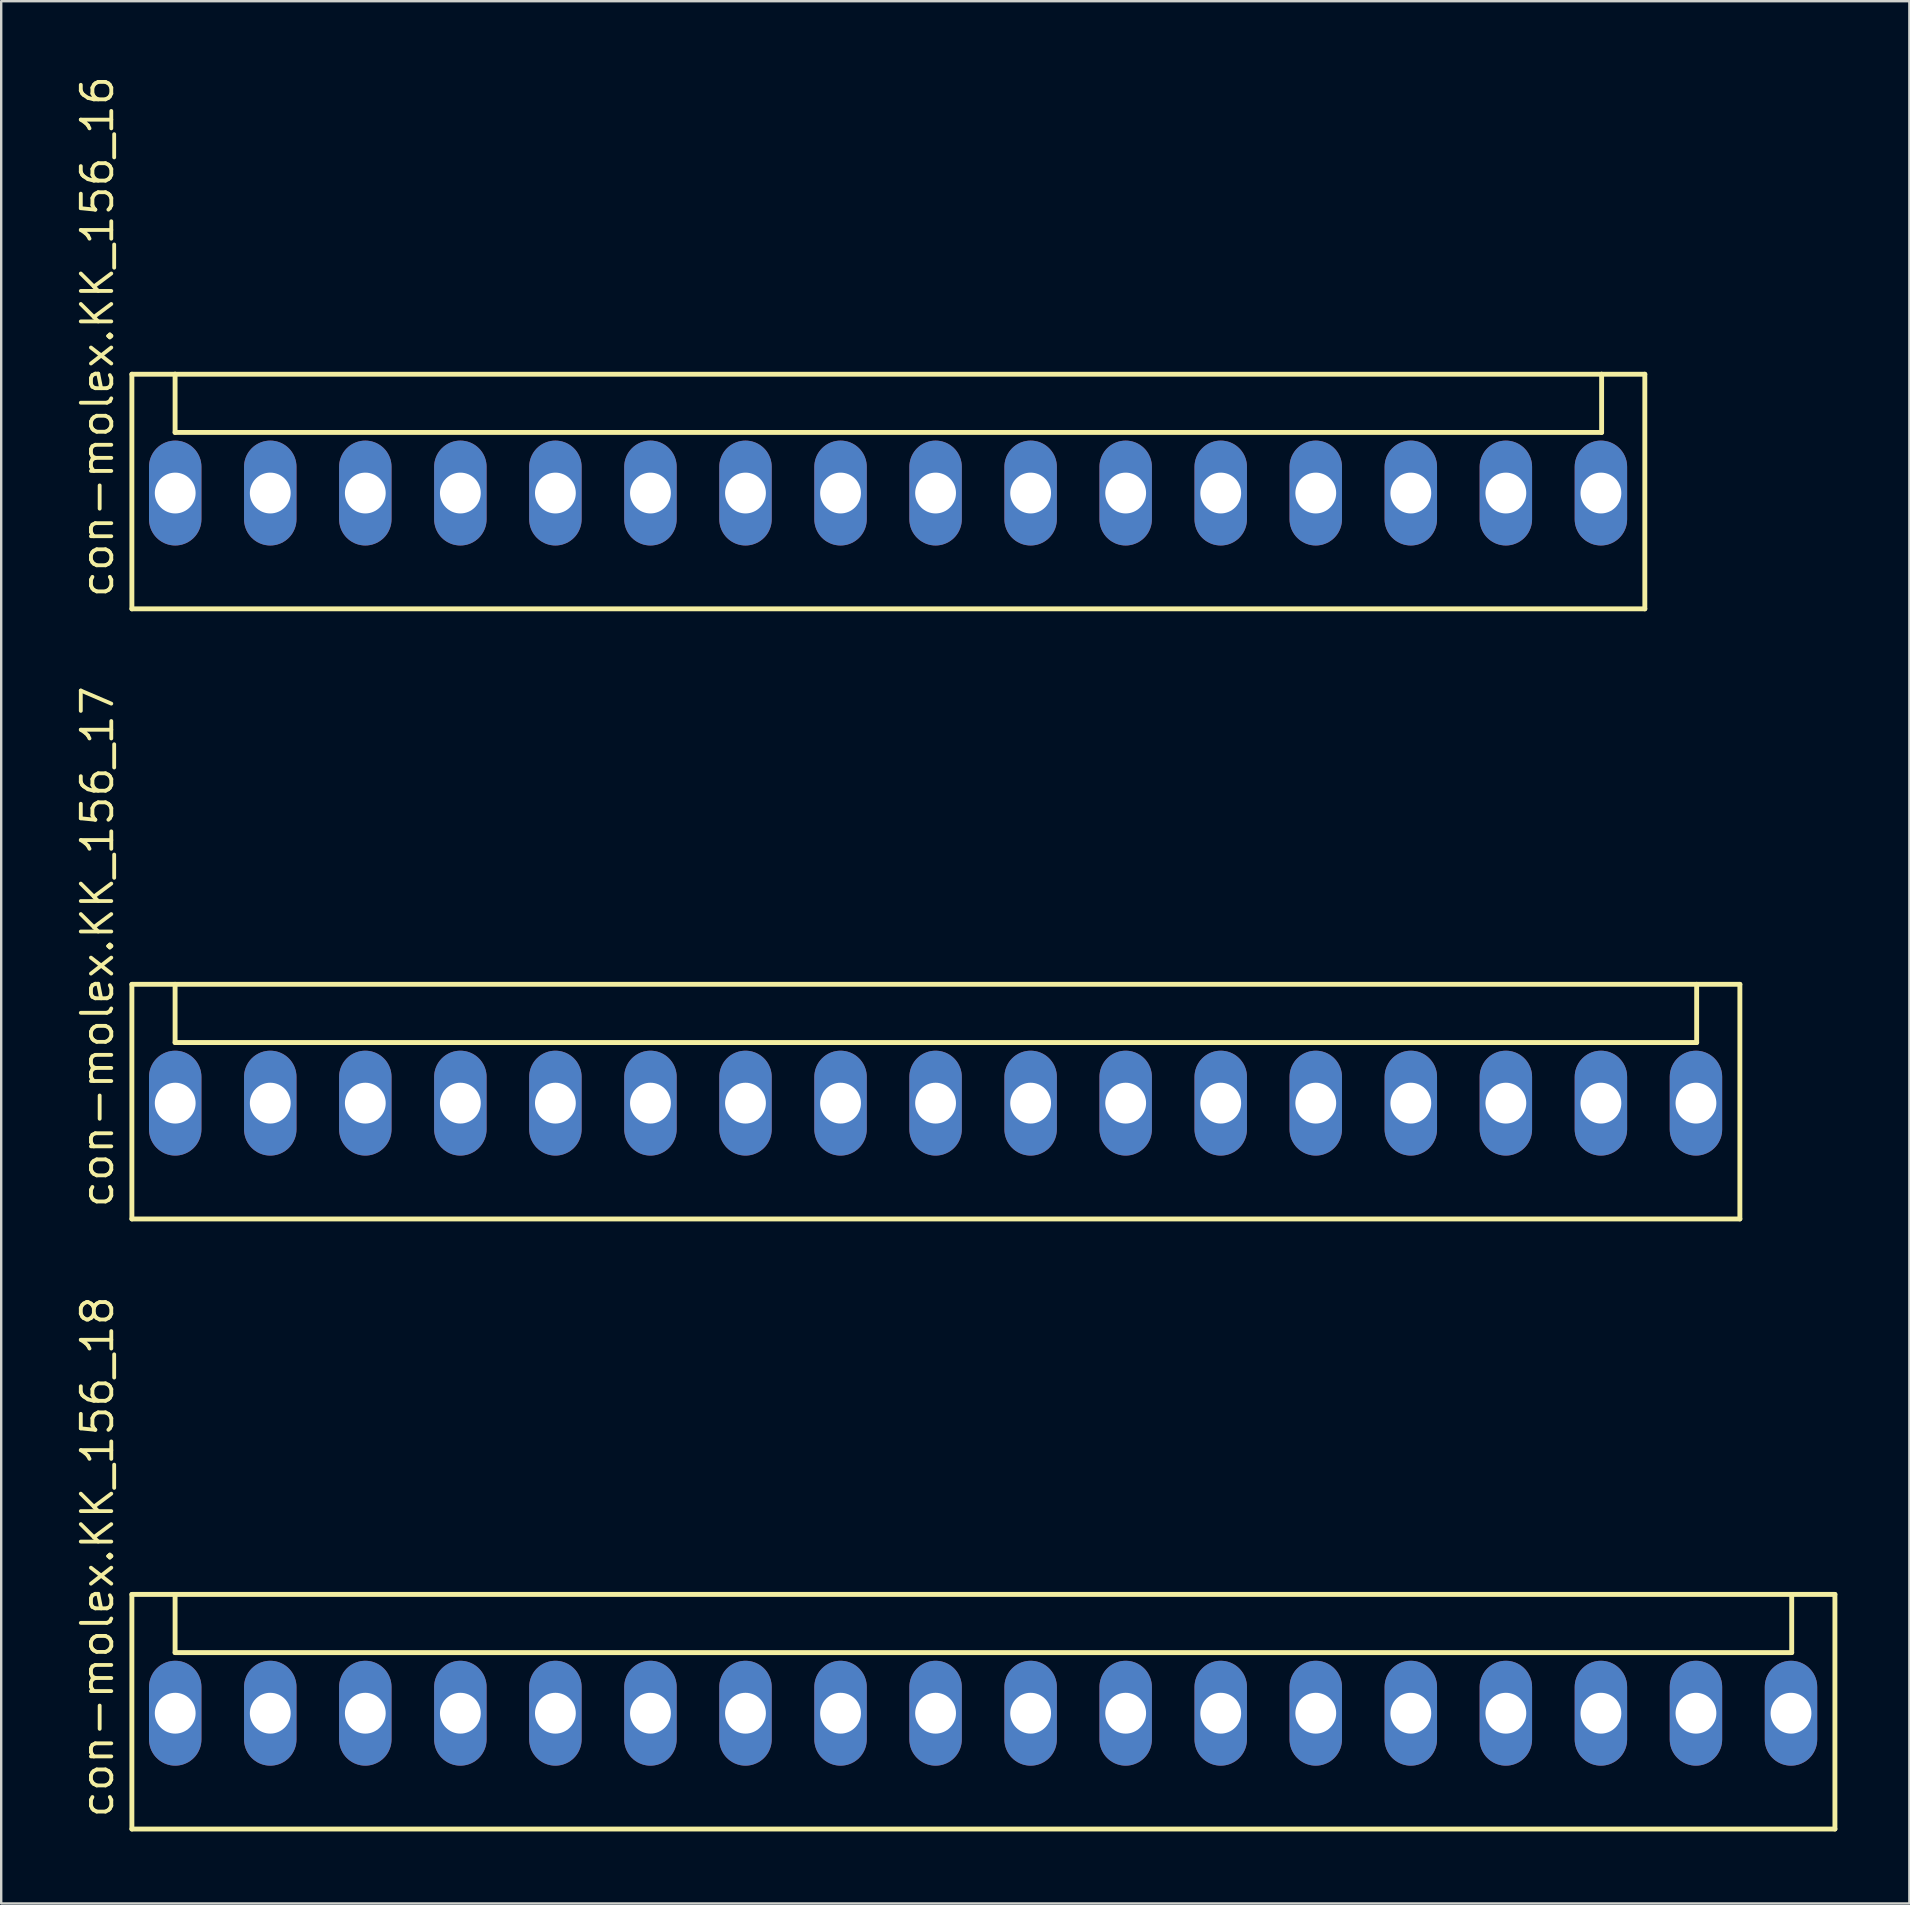
<source format=kicad_pcb>
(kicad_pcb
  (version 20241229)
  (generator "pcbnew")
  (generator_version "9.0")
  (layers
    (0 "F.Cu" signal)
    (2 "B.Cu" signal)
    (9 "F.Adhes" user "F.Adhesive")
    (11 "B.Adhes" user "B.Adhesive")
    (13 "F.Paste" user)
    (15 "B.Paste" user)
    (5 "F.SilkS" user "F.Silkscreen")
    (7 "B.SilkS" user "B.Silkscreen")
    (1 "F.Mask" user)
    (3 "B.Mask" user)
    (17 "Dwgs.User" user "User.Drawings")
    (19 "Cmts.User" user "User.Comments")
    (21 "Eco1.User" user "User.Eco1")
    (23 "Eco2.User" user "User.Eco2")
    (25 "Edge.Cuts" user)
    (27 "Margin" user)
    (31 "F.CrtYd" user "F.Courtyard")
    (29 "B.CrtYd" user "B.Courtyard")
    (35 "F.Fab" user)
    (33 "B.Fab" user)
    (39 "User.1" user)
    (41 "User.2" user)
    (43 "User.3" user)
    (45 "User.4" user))
  (footprint "con-molex.KK_156_18"
    (layer "F.Cu")
    (at 37.91 68.329)
    (property "Reference" "con-molex.KK_156_18" (at -36.16 4.445 90) (layer "F.SilkS") (effects (font (size 1.27 1.27) (thickness 0.16)) (justify left bottom)))
    (attr through_hole)
    (fp_line (start -35.465 -4.95) (end -35.465 4.825) (stroke (width 0.203) (type default)) (layer "F.SilkS"))
    (fp_line (start -35.465 4.825) (end 35.49 4.825) (stroke (width 0.203) (type default)) (layer "F.SilkS"))
    (fp_line (start -33.665 -4.95) (end -35.465 -4.95) (stroke (width 0.203) (type default)) (layer "F.SilkS"))
    (fp_line (start -33.665 -2.525) (end -33.665 -4.95) (stroke (width 0.203) (type default)) (layer "F.SilkS"))
    (fp_line (start -33.665 -2.525) (end 33.69 -2.525) (stroke (width 0.203) (type default)) (layer "F.SilkS"))
    (fp_line (start 33.69 -4.95) (end -33.665 -4.95) (stroke (width 0.203) (type default)) (layer "F.SilkS"))
    (fp_line (start 33.69 -2.525) (end 33.69 -4.95) (stroke (width 0.203) (type default)) (layer "F.SilkS"))
    (fp_line (start 35.49 -4.95) (end 33.69 -4.95) (stroke (width 0.203) (type default)) (layer "F.SilkS"))
    (fp_line (start 35.49 4.825) (end 35.49 -4.95) (stroke (width 0.203) (type default)) (layer "F.SilkS"))
    (pad "1" thru_hole oval (at -33.66 0 90) (size 4.369 2.184) (drill 1.7) (layers "*.Cu" "*.Mask"))
    (pad "2" thru_hole oval (at -29.7 0 90) (size 4.369 2.184) (drill 1.7) (layers "*.Cu" "*.Mask"))
    (pad "3" thru_hole oval (at -25.74 0 90) (size 4.369 2.184) (drill 1.7) (layers "*.Cu" "*.Mask"))
    (pad "4" thru_hole oval (at -21.78 0 90) (size 4.369 2.184) (drill 1.7) (layers "*.Cu" "*.Mask"))
    (pad "5" thru_hole oval (at -17.82 0 90) (size 4.369 2.184) (drill 1.7) (layers "*.Cu" "*.Mask"))
    (pad "6" thru_hole oval (at -13.86 0 90) (size 4.369 2.184) (drill 1.7) (layers "*.Cu" "*.Mask"))
    (pad "7" thru_hole oval (at -9.9 0 90) (size 4.369 2.184) (drill 1.7) (layers "*.Cu" "*.Mask"))
    (pad "8" thru_hole oval (at -5.94 0 90) (size 4.369 2.184) (drill 1.7) (layers "*.Cu" "*.Mask"))
    (pad "9" thru_hole oval (at -1.98 0 90) (size 4.369 2.184) (drill 1.7) (layers "*.Cu" "*.Mask"))
    (pad "10" thru_hole oval (at 1.98 0 90) (size 4.369 2.184) (drill 1.7) (layers "*.Cu" "*.Mask"))
    (pad "11" thru_hole oval (at 5.94 0 90) (size 4.369 2.184) (drill 1.7) (layers "*.Cu" "*.Mask"))
    (pad "12" thru_hole oval (at 9.9 0 90) (size 4.369 2.184) (drill 1.7) (layers "*.Cu" "*.Mask"))
    (pad "13" thru_hole oval (at 13.86 0 90) (size 4.369 2.184) (drill 1.7) (layers "*.Cu" "*.Mask"))
    (pad "14" thru_hole oval (at 17.82 0 90) (size 4.369 2.184) (drill 1.7) (layers "*.Cu" "*.Mask"))
    (pad "15" thru_hole oval (at 21.78 0 90) (size 4.369 2.184) (drill 1.7) (layers "*.Cu" "*.Mask"))
    (pad "16" thru_hole oval (at 25.74 0 90) (size 4.369 2.184) (drill 1.7) (layers "*.Cu" "*.Mask"))
    (pad "17" thru_hole oval (at 29.7 0 90) (size 4.369 2.184) (drill 1.7) (layers "*.Cu" "*.Mask"))
    (pad "18" thru_hole oval (at 33.66 0 90) (size 4.369 2.184) (drill 1.7) (layers "*.Cu" "*.Mask")))
  (footprint "con-molex.KK_156_16"
    (layer "F.Cu")
    (at 33.95 17.492)
    (property "Reference" "con-molex.KK_156_16" (at -32.2 4.445 90) (layer "F.SilkS") (effects (font (size 1.27 1.27) (thickness 0.16)) (justify left bottom)))
    (attr through_hole)
    (fp_line (start -31.505 -4.95) (end -31.505 4.825) (stroke (width 0.203) (type default)) (layer "F.SilkS"))
    (fp_line (start -31.505 4.825) (end 31.53 4.825) (stroke (width 0.203) (type default)) (layer "F.SilkS"))
    (fp_line (start -29.705 -4.95) (end -31.505 -4.95) (stroke (width 0.203) (type default)) (layer "F.SilkS"))
    (fp_line (start -29.705 -2.525) (end -29.705 -4.95) (stroke (width 0.203) (type default)) (layer "F.SilkS"))
    (fp_line (start -29.705 -2.525) (end 29.73 -2.525) (stroke (width 0.203) (type default)) (layer "F.SilkS"))
    (fp_line (start 29.73 -4.95) (end -29.705 -4.95) (stroke (width 0.203) (type default)) (layer "F.SilkS"))
    (fp_line (start 29.73 -2.525) (end 29.73 -4.95) (stroke (width 0.203) (type default)) (layer "F.SilkS"))
    (fp_line (start 31.53 -4.95) (end 29.73 -4.95) (stroke (width 0.203) (type default)) (layer "F.SilkS"))
    (fp_line (start 31.53 4.825) (end 31.53 -4.95) (stroke (width 0.203) (type default)) (layer "F.SilkS"))
    (pad "1" thru_hole oval (at -29.7 0 90) (size 4.369 2.184) (drill 1.7) (layers "*.Cu" "*.Mask"))
    (pad "2" thru_hole oval (at -25.74 0 90) (size 4.369 2.184) (drill 1.7) (layers "*.Cu" "*.Mask"))
    (pad "3" thru_hole oval (at -21.78 0 90) (size 4.369 2.184) (drill 1.7) (layers "*.Cu" "*.Mask"))
    (pad "4" thru_hole oval (at -17.82 0 90) (size 4.369 2.184) (drill 1.7) (layers "*.Cu" "*.Mask"))
    (pad "5" thru_hole oval (at -13.86 0 90) (size 4.369 2.184) (drill 1.7) (layers "*.Cu" "*.Mask"))
    (pad "6" thru_hole oval (at -9.9 0 90) (size 4.369 2.184) (drill 1.7) (layers "*.Cu" "*.Mask"))
    (pad "7" thru_hole oval (at -5.94 0 90) (size 4.369 2.184) (drill 1.7) (layers "*.Cu" "*.Mask"))
    (pad "8" thru_hole oval (at -1.98 0 90) (size 4.369 2.184) (drill 1.7) (layers "*.Cu" "*.Mask"))
    (pad "9" thru_hole oval (at 1.98 0 90) (size 4.369 2.184) (drill 1.7) (layers "*.Cu" "*.Mask"))
    (pad "10" thru_hole oval (at 5.94 0 90) (size 4.369 2.184) (drill 1.7) (layers "*.Cu" "*.Mask"))
    (pad "11" thru_hole oval (at 9.9 0 90) (size 4.369 2.184) (drill 1.7) (layers "*.Cu" "*.Mask"))
    (pad "12" thru_hole oval (at 13.86 0 90) (size 4.369 2.184) (drill 1.7) (layers "*.Cu" "*.Mask"))
    (pad "13" thru_hole oval (at 17.82 0 90) (size 4.369 2.184) (drill 1.7) (layers "*.Cu" "*.Mask"))
    (pad "14" thru_hole oval (at 21.78 0 90) (size 4.369 2.184) (drill 1.7) (layers "*.Cu" "*.Mask"))
    (pad "15" thru_hole oval (at 25.74 0 90) (size 4.369 2.184) (drill 1.7) (layers "*.Cu" "*.Mask"))
    (pad "16" thru_hole oval (at 29.7 0 90) (size 4.369 2.184) (drill 1.7) (layers "*.Cu" "*.Mask")))
  (footprint "con-molex.KK_156_17"
    (layer "F.Cu")
    (at 35.93 42.911)
    (property "Reference" "con-molex.KK_156_17" (at -34.18 4.445 90) (layer "F.SilkS") (effects (font (size 1.27 1.27) (thickness 0.16)) (justify left bottom)))
    (attr through_hole)
    (fp_line (start -33.485 -4.95) (end -33.485 4.825) (stroke (width 0.203) (type default)) (layer "F.SilkS"))
    (fp_line (start -33.485 4.825) (end 33.51 4.825) (stroke (width 0.203) (type default)) (layer "F.SilkS"))
    (fp_line (start -31.685 -4.95) (end -33.485 -4.95) (stroke (width 0.203) (type default)) (layer "F.SilkS"))
    (fp_line (start -31.685 -2.525) (end -31.685 -4.95) (stroke (width 0.203) (type default)) (layer "F.SilkS"))
    (fp_line (start -31.685 -2.525) (end 31.71 -2.525) (stroke (width 0.203) (type default)) (layer "F.SilkS"))
    (fp_line (start 31.71 -4.95) (end -31.685 -4.95) (stroke (width 0.203) (type default)) (layer "F.SilkS"))
    (fp_line (start 31.71 -2.525) (end 31.71 -4.95) (stroke (width 0.203) (type default)) (layer "F.SilkS"))
    (fp_line (start 33.51 -4.95) (end 31.71 -4.95) (stroke (width 0.203) (type default)) (layer "F.SilkS"))
    (fp_line (start 33.51 4.825) (end 33.51 -4.95) (stroke (width 0.203) (type default)) (layer "F.SilkS"))
    (pad "1" thru_hole oval (at -31.68 0 90) (size 4.369 2.184) (drill 1.7) (layers "*.Cu" "*.Mask"))
    (pad "2" thru_hole oval (at -27.72 0 90) (size 4.369 2.184) (drill 1.7) (layers "*.Cu" "*.Mask"))
    (pad "3" thru_hole oval (at -23.76 0 90) (size 4.369 2.184) (drill 1.7) (layers "*.Cu" "*.Mask"))
    (pad "4" thru_hole oval (at -19.8 0 90) (size 4.369 2.184) (drill 1.7) (layers "*.Cu" "*.Mask"))
    (pad "5" thru_hole oval (at -15.84 0 90) (size 4.369 2.184) (drill 1.7) (layers "*.Cu" "*.Mask"))
    (pad "6" thru_hole oval (at -11.88 0 90) (size 4.369 2.184) (drill 1.7) (layers "*.Cu" "*.Mask"))
    (pad "7" thru_hole oval (at -7.92 0 90) (size 4.369 2.184) (drill 1.7) (layers "*.Cu" "*.Mask"))
    (pad "8" thru_hole oval (at -3.96 0 90) (size 4.369 2.184) (drill 1.7) (layers "*.Cu" "*.Mask"))
    (pad "9" thru_hole oval (at 0 0 90) (size 4.369 2.184) (drill 1.7) (layers "*.Cu" "*.Mask"))
    (pad "10" thru_hole oval (at 3.96 0 90) (size 4.369 2.184) (drill 1.7) (layers "*.Cu" "*.Mask"))
    (pad "11" thru_hole oval (at 7.92 0 90) (size 4.369 2.184) (drill 1.7) (layers "*.Cu" "*.Mask"))
    (pad "12" thru_hole oval (at 11.88 0 90) (size 4.369 2.184) (drill 1.7) (layers "*.Cu" "*.Mask"))
    (pad "13" thru_hole oval (at 15.84 0 90) (size 4.369 2.184) (drill 1.7) (layers "*.Cu" "*.Mask"))
    (pad "14" thru_hole oval (at 19.8 0 90) (size 4.369 2.184) (drill 1.7) (layers "*.Cu" "*.Mask"))
    (pad "15" thru_hole oval (at 23.76 0 90) (size 4.369 2.184) (drill 1.7) (layers "*.Cu" "*.Mask"))
    (pad "16" thru_hole oval (at 27.72 0 90) (size 4.369 2.184) (drill 1.7) (layers "*.Cu" "*.Mask"))
    (pad "17" thru_hole oval (at 31.68 0 90) (size 4.369 2.184) (drill 1.7) (layers "*.Cu" "*.Mask")))
  (gr_rect
    (start -3 -3)
    (end 76.502 76.256)
    (stroke (width 0.1) (type default))
    (fill no)
    (layer "Edge.Cuts")))
</source>
